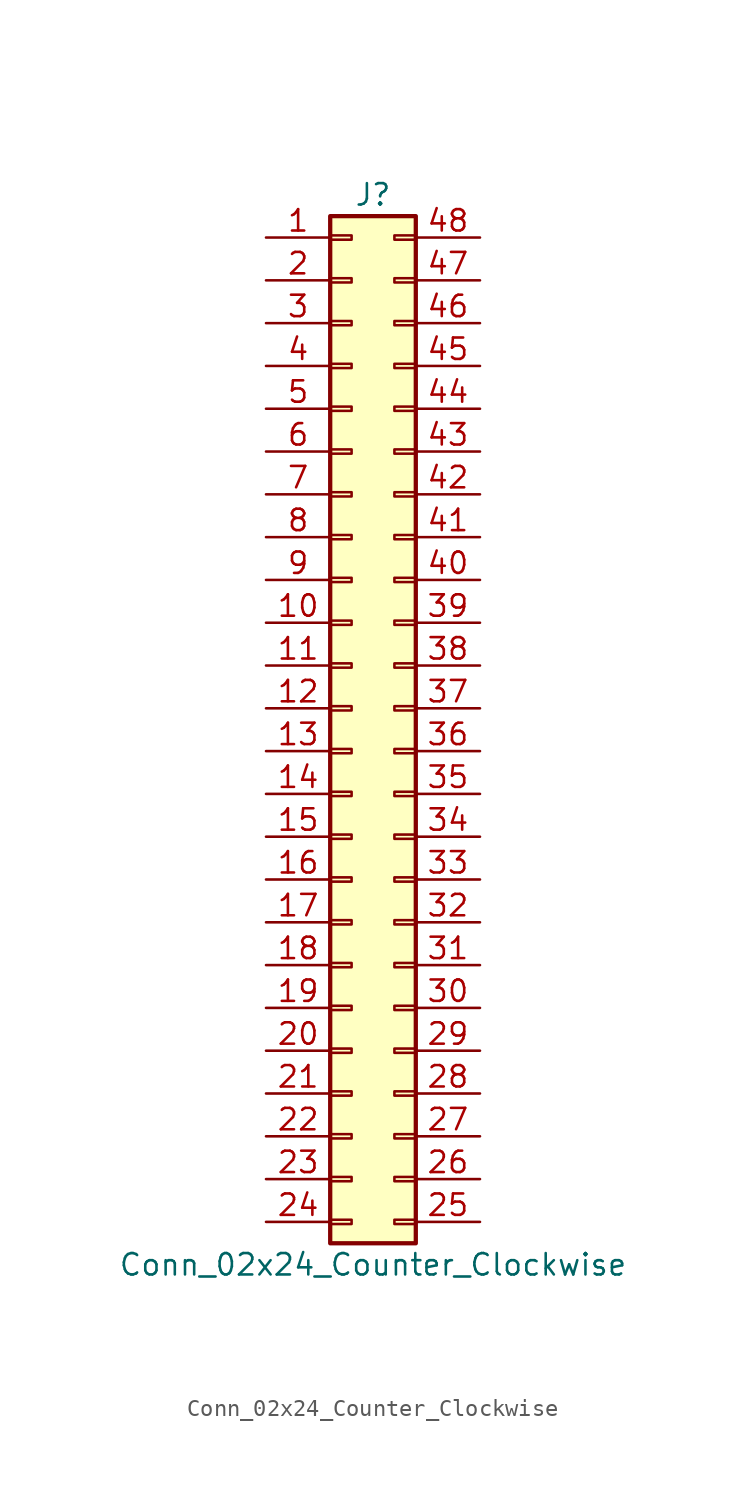
<source format=kicad_sym>
(kicad_symbol_lib
  (version 20220914)
  (generator kicad_symbol_editor)
  (symbol "Conn_02x24_Counter_Clockwise"
    (pin_names
      (offset 1.016) hide)
    (property "Reference" "J"
      (at 1.27 30.48 0)
      (effects (font (size 1.27 1.27))))
    (property "Value" "Conn_02x24_Counter_Clockwise"
      (at 1.27 -33.02 0)
      (effects (font (size 1.27 1.27))))
    (symbol "Conn_02x24_Counter_Clockwise_1_1"
      (rectangle (start -1.27 -30.353) (end 0 -30.607) (stroke (width 0.152) (type default)) (fill (type none)))
      (rectangle (start -1.27 -27.813) (end 0 -28.067) (stroke (width 0.152) (type default)) (fill (type none)))
      (rectangle (start -1.27 -25.273) (end 0 -25.527) (stroke (width 0.152) (type default)) (fill (type none)))
      (rectangle (start -1.27 -22.733) (end 0 -22.987) (stroke (width 0.152) (type default)) (fill (type none)))
      (rectangle (start -1.27 -20.193) (end 0 -20.447) (stroke (width 0.152) (type default)) (fill (type none)))
      (rectangle (start -1.27 -17.653) (end 0 -17.907) (stroke (width 0.152) (type default)) (fill (type none)))
      (rectangle (start -1.27 -15.113) (end 0 -15.367) (stroke (width 0.152) (type default)) (fill (type none)))
      (rectangle (start -1.27 -12.573) (end 0 -12.827) (stroke (width 0.152) (type default)) (fill (type none)))
      (rectangle (start -1.27 -10.033) (end 0 -10.287) (stroke (width 0.152) (type default)) (fill (type none)))
      (rectangle (start -1.27 -7.493) (end 0 -7.747) (stroke (width 0.152) (type default)) (fill (type none)))
      (rectangle (start -1.27 -4.953) (end 0 -5.207) (stroke (width 0.152) (type default)) (fill (type none)))
      (rectangle (start -1.27 -2.413) (end 0 -2.667) (stroke (width 0.152) (type default)) (fill (type none)))
      (rectangle (start -1.27 0.127) (end 0 -0.127) (stroke (width 0.152) (type default)) (fill (type none)))
      (rectangle (start -1.27 2.667) (end 0 2.413) (stroke (width 0.152) (type default)) (fill (type none)))
      (rectangle (start -1.27 5.207) (end 0 4.953) (stroke (width 0.152) (type default)) (fill (type none)))
      (rectangle (start -1.27 7.747) (end 0 7.493) (stroke (width 0.152) (type default)) (fill (type none)))
      (rectangle (start -1.27 10.287) (end 0 10.033) (stroke (width 0.152) (type default)) (fill (type none)))
      (rectangle (start -1.27 12.827) (end 0 12.573) (stroke (width 0.152) (type default)) (fill (type none)))
      (rectangle (start -1.27 15.367) (end 0 15.113) (stroke (width 0.152) (type default)) (fill (type none)))
      (rectangle (start -1.27 17.907) (end 0 17.653) (stroke (width 0.152) (type default)) (fill (type none)))
      (rectangle (start -1.27 20.447) (end 0 20.193) (stroke (width 0.152) (type default)) (fill (type none)))
      (rectangle (start -1.27 22.987) (end 0 22.733) (stroke (width 0.152) (type default)) (fill (type none)))
      (rectangle (start -1.27 25.527) (end 0 25.273) (stroke (width 0.152) (type default)) (fill (type none)))
      (rectangle (start -1.27 28.067) (end 0 27.813) (stroke (width 0.152) (type default)) (fill (type none)))
      (rectangle (start -1.27 29.21) (end 3.81 -31.75) (stroke (width 0.254) (type default)) (fill (type background)))
      (rectangle (start 3.81 -30.353) (end 2.54 -30.607) (stroke (width 0.152) (type default)) (fill (type none)))
      (rectangle (start 3.81 -27.813) (end 2.54 -28.067) (stroke (width 0.152) (type default)) (fill (type none)))
      (rectangle (start 3.81 -25.273) (end 2.54 -25.527) (stroke (width 0.152) (type default)) (fill (type none)))
      (rectangle (start 3.81 -22.733) (end 2.54 -22.987) (stroke (width 0.152) (type default)) (fill (type none)))
      (rectangle (start 3.81 -20.193) (end 2.54 -20.447) (stroke (width 0.152) (type default)) (fill (type none)))
      (rectangle (start 3.81 -17.653) (end 2.54 -17.907) (stroke (width 0.152) (type default)) (fill (type none)))
      (rectangle (start 3.81 -15.113) (end 2.54 -15.367) (stroke (width 0.152) (type default)) (fill (type none)))
      (rectangle (start 3.81 -12.573) (end 2.54 -12.827) (stroke (width 0.152) (type default)) (fill (type none)))
      (rectangle (start 3.81 -10.033) (end 2.54 -10.287) (stroke (width 0.152) (type default)) (fill (type none)))
      (rectangle (start 3.81 -7.493) (end 2.54 -7.747) (stroke (width 0.152) (type default)) (fill (type none)))
      (rectangle (start 3.81 -4.953) (end 2.54 -5.207) (stroke (width 0.152) (type default)) (fill (type none)))
      (rectangle (start 3.81 -2.413) (end 2.54 -2.667) (stroke (width 0.152) (type default)) (fill (type none)))
      (rectangle (start 3.81 0.127) (end 2.54 -0.127) (stroke (width 0.152) (type default)) (fill (type none)))
      (rectangle (start 3.81 2.667) (end 2.54 2.413) (stroke (width 0.152) (type default)) (fill (type none)))
      (rectangle (start 3.81 5.207) (end 2.54 4.953) (stroke (width 0.152) (type default)) (fill (type none)))
      (rectangle (start 3.81 7.747) (end 2.54 7.493) (stroke (width 0.152) (type default)) (fill (type none)))
      (rectangle (start 3.81 10.287) (end 2.54 10.033) (stroke (width 0.152) (type default)) (fill (type none)))
      (rectangle (start 3.81 12.827) (end 2.54 12.573) (stroke (width 0.152) (type default)) (fill (type none)))
      (rectangle (start 3.81 15.367) (end 2.54 15.113) (stroke (width 0.152) (type default)) (fill (type none)))
      (rectangle (start 3.81 17.907) (end 2.54 17.653) (stroke (width 0.152) (type default)) (fill (type none)))
      (rectangle (start 3.81 20.447) (end 2.54 20.193) (stroke (width 0.152) (type default)) (fill (type none)))
      (rectangle (start 3.81 22.987) (end 2.54 22.733) (stroke (width 0.152) (type default)) (fill (type none)))
      (rectangle (start 3.81 25.527) (end 2.54 25.273) (stroke (width 0.152) (type default)) (fill (type none)))
      (rectangle (start 3.81 28.067) (end 2.54 27.813) (stroke (width 0.152) (type default)) (fill (type none)))
      (pin passive line (at -5.08 27.94 0) (length 3.81) (name "Pin_1" (effects (font (size 1.27 1.27)))) (number "1" (effects (font (size 1.27 1.27)))))
      (pin passive line (at -5.08 5.08 0) (length 3.81) (name "Pin_10" (effects (font (size 1.27 1.27)))) (number "10" (effects (font (size 1.27 1.27)))))
      (pin passive line (at -5.08 2.54 0) (length 3.81) (name "Pin_11" (effects (font (size 1.27 1.27)))) (number "11" (effects (font (size 1.27 1.27)))))
      (pin passive line (at -5.08 0 0) (length 3.81) (name "Pin_12" (effects (font (size 1.27 1.27)))) (number "12" (effects (font (size 1.27 1.27)))))
      (pin passive line (at -5.08 -2.54 0) (length 3.81) (name "Pin_13" (effects (font (size 1.27 1.27)))) (number "13" (effects (font (size 1.27 1.27)))))
      (pin passive line (at -5.08 -5.08 0) (length 3.81) (name "Pin_14" (effects (font (size 1.27 1.27)))) (number "14" (effects (font (size 1.27 1.27)))))
      (pin passive line (at -5.08 -7.62 0) (length 3.81) (name "Pin_15" (effects (font (size 1.27 1.27)))) (number "15" (effects (font (size 1.27 1.27)))))
      (pin passive line (at -5.08 -10.16 0) (length 3.81) (name "Pin_16" (effects (font (size 1.27 1.27)))) (number "16" (effects (font (size 1.27 1.27)))))
      (pin passive line (at -5.08 -12.7 0) (length 3.81) (name "Pin_17" (effects (font (size 1.27 1.27)))) (number "17" (effects (font (size 1.27 1.27)))))
      (pin passive line (at -5.08 -15.24 0) (length 3.81) (name "Pin_18" (effects (font (size 1.27 1.27)))) (number "18" (effects (font (size 1.27 1.27)))))
      (pin passive line (at -5.08 -17.78 0) (length 3.81) (name "Pin_19" (effects (font (size 1.27 1.27)))) (number "19" (effects (font (size 1.27 1.27)))))
      (pin passive line (at -5.08 25.4 0) (length 3.81) (name "Pin_2" (effects (font (size 1.27 1.27)))) (number "2" (effects (font (size 1.27 1.27)))))
      (pin passive line (at -5.08 -20.32 0) (length 3.81) (name "Pin_20" (effects (font (size 1.27 1.27)))) (number "20" (effects (font (size 1.27 1.27)))))
      (pin passive line (at -5.08 -22.86 0) (length 3.81) (name "Pin_21" (effects (font (size 1.27 1.27)))) (number "21" (effects (font (size 1.27 1.27)))))
      (pin passive line (at -5.08 -25.4 0) (length 3.81) (name "Pin_22" (effects (font (size 1.27 1.27)))) (number "22" (effects (font (size 1.27 1.27)))))
      (pin passive line (at -5.08 -27.94 0) (length 3.81) (name "Pin_23" (effects (font (size 1.27 1.27)))) (number "23" (effects (font (size 1.27 1.27)))))
      (pin passive line (at -5.08 -30.48 0) (length 3.81) (name "Pin_24" (effects (font (size 1.27 1.27)))) (number "24" (effects (font (size 1.27 1.27)))))
      (pin passive line (at 7.62 -30.48 180) (length 3.81) (name "Pin_25" (effects (font (size 1.27 1.27)))) (number "25" (effects (font (size 1.27 1.27)))))
      (pin passive line (at 7.62 -27.94 180) (length 3.81) (name "Pin_26" (effects (font (size 1.27 1.27)))) (number "26" (effects (font (size 1.27 1.27)))))
      (pin passive line (at 7.62 -25.4 180) (length 3.81) (name "Pin_27" (effects (font (size 1.27 1.27)))) (number "27" (effects (font (size 1.27 1.27)))))
      (pin passive line (at 7.62 -22.86 180) (length 3.81) (name "Pin_28" (effects (font (size 1.27 1.27)))) (number "28" (effects (font (size 1.27 1.27)))))
      (pin passive line (at 7.62 -20.32 180) (length 3.81) (name "Pin_29" (effects (font (size 1.27 1.27)))) (number "29" (effects (font (size 1.27 1.27)))))
      (pin passive line (at -5.08 22.86 0) (length 3.81) (name "Pin_3" (effects (font (size 1.27 1.27)))) (number "3" (effects (font (size 1.27 1.27)))))
      (pin passive line (at 7.62 -17.78 180) (length 3.81) (name "Pin_30" (effects (font (size 1.27 1.27)))) (number "30" (effects (font (size 1.27 1.27)))))
      (pin passive line (at 7.62 -15.24 180) (length 3.81) (name "Pin_31" (effects (font (size 1.27 1.27)))) (number "31" (effects (font (size 1.27 1.27)))))
      (pin passive line (at 7.62 -12.7 180) (length 3.81) (name "Pin_32" (effects (font (size 1.27 1.27)))) (number "32" (effects (font (size 1.27 1.27)))))
      (pin passive line (at 7.62 -10.16 180) (length 3.81) (name "Pin_33" (effects (font (size 1.27 1.27)))) (number "33" (effects (font (size 1.27 1.27)))))
      (pin passive line (at 7.62 -7.62 180) (length 3.81) (name "Pin_34" (effects (font (size 1.27 1.27)))) (number "34" (effects (font (size 1.27 1.27)))))
      (pin passive line (at 7.62 -5.08 180) (length 3.81) (name "Pin_35" (effects (font (size 1.27 1.27)))) (number "35" (effects (font (size 1.27 1.27)))))
      (pin passive line (at 7.62 -2.54 180) (length 3.81) (name "Pin_36" (effects (font (size 1.27 1.27)))) (number "36" (effects (font (size 1.27 1.27)))))
      (pin passive line (at 7.62 0 180) (length 3.81) (name "Pin_37" (effects (font (size 1.27 1.27)))) (number "37" (effects (font (size 1.27 1.27)))))
      (pin passive line (at 7.62 2.54 180) (length 3.81) (name "Pin_38" (effects (font (size 1.27 1.27)))) (number "38" (effects (font (size 1.27 1.27)))))
      (pin passive line (at 7.62 5.08 180) (length 3.81) (name "Pin_39" (effects (font (size 1.27 1.27)))) (number "39" (effects (font (size 1.27 1.27)))))
      (pin passive line (at -5.08 20.32 0) (length 3.81) (name "Pin_4" (effects (font (size 1.27 1.27)))) (number "4" (effects (font (size 1.27 1.27)))))
      (pin passive line (at 7.62 7.62 180) (length 3.81) (name "Pin_40" (effects (font (size 1.27 1.27)))) (number "40" (effects (font (size 1.27 1.27)))))
      (pin passive line (at 7.62 10.16 180) (length 3.81) (name "Pin_41" (effects (font (size 1.27 1.27)))) (number "41" (effects (font (size 1.27 1.27)))))
      (pin passive line (at 7.62 12.7 180) (length 3.81) (name "Pin_42" (effects (font (size 1.27 1.27)))) (number "42" (effects (font (size 1.27 1.27)))))
      (pin passive line (at 7.62 15.24 180) (length 3.81) (name "Pin_43" (effects (font (size 1.27 1.27)))) (number "43" (effects (font (size 1.27 1.27)))))
      (pin passive line (at 7.62 17.78 180) (length 3.81) (name "Pin_44" (effects (font (size 1.27 1.27)))) (number "44" (effects (font (size 1.27 1.27)))))
      (pin passive line (at 7.62 20.32 180) (length 3.81) (name "Pin_45" (effects (font (size 1.27 1.27)))) (number "45" (effects (font (size 1.27 1.27)))))
      (pin passive line (at 7.62 22.86 180) (length 3.81) (name "Pin_46" (effects (font (size 1.27 1.27)))) (number "46" (effects (font (size 1.27 1.27)))))
      (pin passive line (at 7.62 25.4 180) (length 3.81) (name "Pin_47" (effects (font (size 1.27 1.27)))) (number "47" (effects (font (size 1.27 1.27)))))
      (pin passive line (at 7.62 27.94 180) (length 3.81) (name "Pin_48" (effects (font (size 1.27 1.27)))) (number "48" (effects (font (size 1.27 1.27)))))
      (pin passive line (at -5.08 17.78 0) (length 3.81) (name "Pin_5" (effects (font (size 1.27 1.27)))) (number "5" (effects (font (size 1.27 1.27)))))
      (pin passive line (at -5.08 15.24 0) (length 3.81) (name "Pin_6" (effects (font (size 1.27 1.27)))) (number "6" (effects (font (size 1.27 1.27)))))
      (pin passive line (at -5.08 12.7 0) (length 3.81) (name "Pin_7" (effects (font (size 1.27 1.27)))) (number "7" (effects (font (size 1.27 1.27)))))
      (pin passive line (at -5.08 10.16 0) (length 3.81) (name "Pin_8" (effects (font (size 1.27 1.27)))) (number "8" (effects (font (size 1.27 1.27)))))
      (pin passive line (at -5.08 7.62 0) (length 3.81) (name "Pin_9" (effects (font (size 1.27 1.27)))) (number "9" (effects (font (size 1.27 1.27))))))))
</source>
